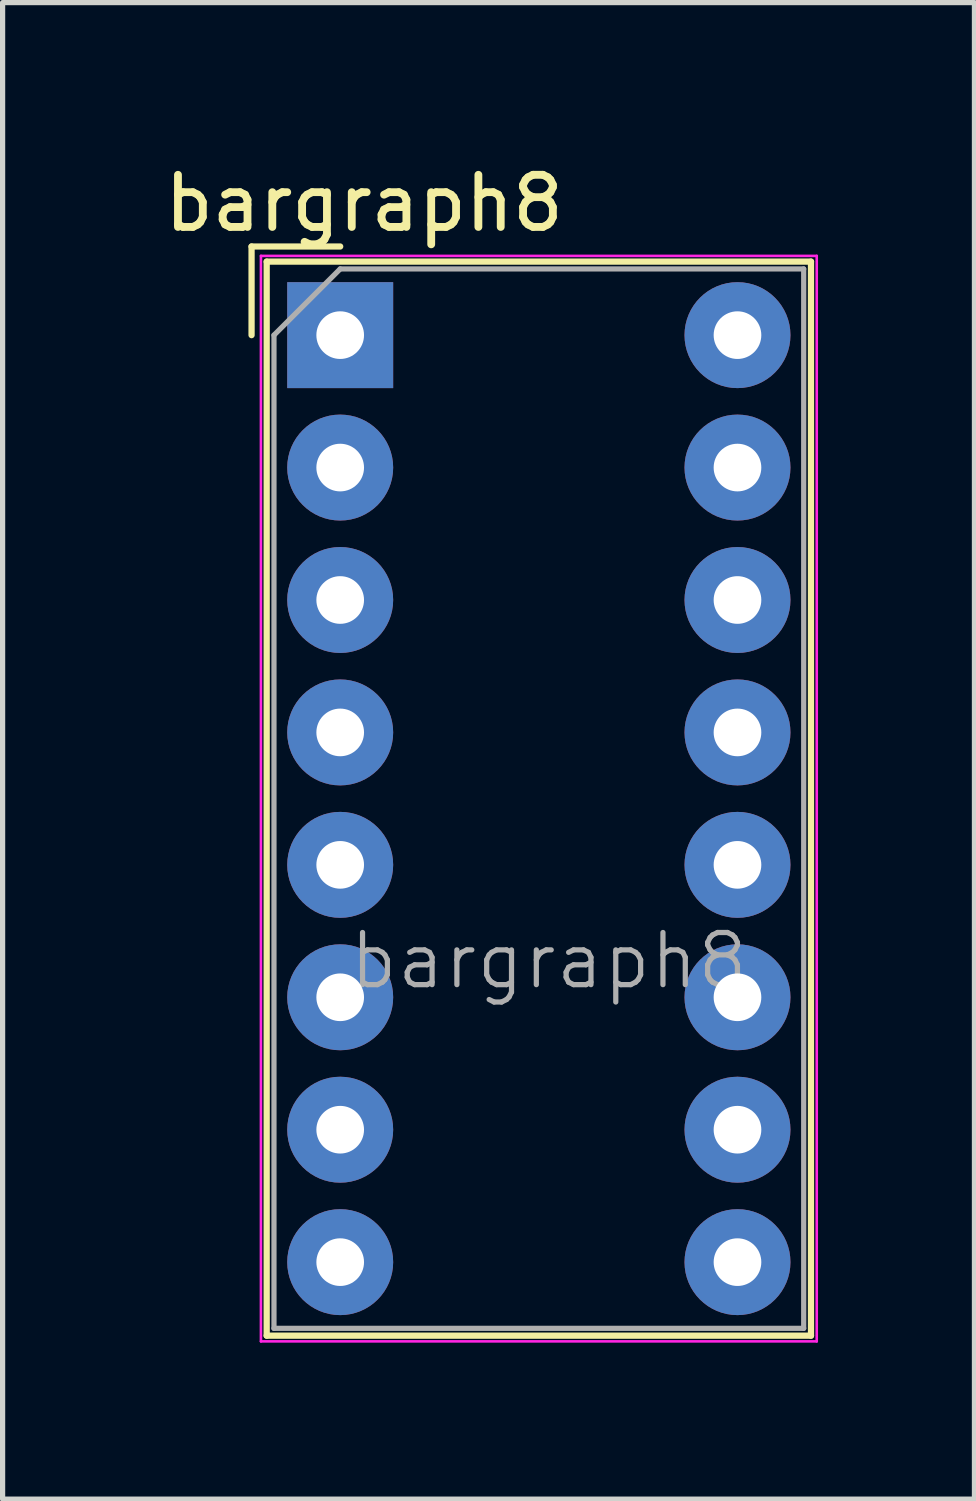
<source format=kicad_pcb>
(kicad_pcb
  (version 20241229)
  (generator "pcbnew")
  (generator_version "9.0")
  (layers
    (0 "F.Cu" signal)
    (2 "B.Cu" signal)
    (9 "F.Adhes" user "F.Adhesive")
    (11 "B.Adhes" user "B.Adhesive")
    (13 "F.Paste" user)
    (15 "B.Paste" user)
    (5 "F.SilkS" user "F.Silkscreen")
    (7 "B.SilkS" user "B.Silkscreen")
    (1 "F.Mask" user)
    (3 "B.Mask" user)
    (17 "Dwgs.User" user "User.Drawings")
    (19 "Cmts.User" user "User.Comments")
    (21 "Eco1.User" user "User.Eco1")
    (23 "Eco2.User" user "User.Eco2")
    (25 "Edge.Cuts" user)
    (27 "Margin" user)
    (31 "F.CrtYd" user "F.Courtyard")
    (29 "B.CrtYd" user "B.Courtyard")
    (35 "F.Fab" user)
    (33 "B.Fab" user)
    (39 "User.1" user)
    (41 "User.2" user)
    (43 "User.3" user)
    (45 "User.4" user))
  (footprint "bargraph8"
    (layer "F.Cu")
    (at 3.475 3.378)
    (property "Reference" "bargraph8" (at 0.46 -2.53 0) (layer "F.SilkS") (effects (font (size 1 1) (thickness 0.15))))
    (attr through_hole)
    (fp_line (start -1.7 -1.7) (end -1.7 0) (stroke (width 0.12) (type solid)) (layer "F.SilkS"))
    (fp_line (start -1.41 -1.41) (end 9.03 -1.41) (stroke (width 0.12) (type solid)) (layer "F.SilkS"))
    (fp_line (start -1.41 19.19) (end -1.41 -1.41) (stroke (width 0.12) (type solid)) (layer "F.SilkS"))
    (fp_line (start 0 -1.7) (end -1.7 -1.7) (stroke (width 0.12) (type solid)) (layer "F.SilkS"))
    (fp_line (start 9.03 -1.41) (end 9.03 19.19) (stroke (width 0.12) (type solid)) (layer "F.SilkS"))
    (fp_line (start 9.03 19.19) (end -1.41 19.19) (stroke (width 0.12) (type solid)) (layer "F.SilkS"))
    (fp_line (start -1.52 -1.52) (end -1.52 19.3) (stroke (width 0.05) (type solid)) (layer "F.CrtYd"))
    (fp_line (start -1.52 -1.52) (end 9.14 -1.52) (stroke (width 0.05) (type solid)) (layer "F.CrtYd"))
    (fp_line (start -1.52 19.3) (end 9.14 19.3) (stroke (width 0.05) (type solid)) (layer "F.CrtYd"))
    (fp_line (start 9.14 19.3) (end 9.14 -1.52) (stroke (width 0.05) (type solid)) (layer "F.CrtYd"))
    (fp_line (start -1.27 0) (end -1.27 19.05) (stroke (width 0.1) (type solid)) (layer "F.Fab"))
    (fp_line (start -1.27 19.05) (end 8.89 19.05) (stroke (width 0.1) (type solid)) (layer "F.Fab"))
    (fp_line (start 0 -1.27) (end -1.27 0) (stroke (width 0.1) (type solid)) (layer "F.Fab"))
    (fp_line (start 0 -1.27) (end 8.89 -1.27) (stroke (width 0.1) (type solid)) (layer "F.Fab"))
    (fp_line (start 8.89 -1.27) (end 8.89 19.05) (stroke (width 0.1) (type solid)) (layer "F.Fab"))
    (fp_text user "${REFERENCE}" (at 4 12 0) (layer "F.Fab") (effects (font (size 1 1) (thickness 0.1))))
    (pad "1" thru_hole rect (at 0 0 270) (size 2.032 2.032) (drill 0.914) (layers "*.Cu" "*.Mask"))
    (pad "2" thru_hole circle (at 0 2.54 270) (size 2.032 2.032) (drill 0.914) (layers "*.Cu" "*.Mask"))
    (pad "3" thru_hole circle (at 0 5.08 270) (size 2.032 2.032) (drill 0.914) (layers "*.Cu" "*.Mask"))
    (pad "4" thru_hole circle (at 0 7.62 270) (size 2.032 2.032) (drill 0.914) (layers "*.Cu" "*.Mask"))
    (pad "5" thru_hole circle (at 0 10.16 270) (size 2.032 2.032) (drill 0.914) (layers "*.Cu" "*.Mask"))
    (pad "6" thru_hole circle (at 0 12.7 270) (size 2.032 2.032) (drill 0.914) (layers "*.Cu" "*.Mask"))
    (pad "7" thru_hole circle (at 0 15.24 270) (size 2.032 2.032) (drill 0.914) (layers "*.Cu" "*.Mask"))
    (pad "8" thru_hole circle (at 0 17.78 270) (size 2.032 2.032) (drill 0.914) (layers "*.Cu" "*.Mask"))
    (pad "9" thru_hole circle (at 7.62 17.78 270) (size 2.032 2.032) (drill 0.914) (layers "*.Cu" "*.Mask"))
    (pad "10" thru_hole circle (at 7.62 15.24 270) (size 2.032 2.032) (drill 0.914) (layers "*.Cu" "*.Mask"))
    (pad "11" thru_hole circle (at 7.62 12.7 270) (size 2.032 2.032) (drill 0.914) (layers "*.Cu" "*.Mask"))
    (pad "12" thru_hole circle (at 7.62 10.16 270) (size 2.032 2.032) (drill 0.914) (layers "*.Cu" "*.Mask"))
    (pad "13" thru_hole circle (at 7.62 7.62 270) (size 2.032 2.032) (drill 0.914) (layers "*.Cu" "*.Mask"))
    (pad "14" thru_hole circle (at 7.62 5.08 270) (size 2.032 2.032) (drill 0.914) (layers "*.Cu" "*.Mask"))
    (pad "15" thru_hole circle (at 7.62 2.54 270) (size 2.032 2.032) (drill 0.914) (layers "*.Cu" "*.Mask"))
    (pad "16" thru_hole circle (at 7.62 0 270) (size 2.032 2.032) (drill 0.914) (layers "*.Cu" "*.Mask")))
  (gr_rect
    (start -3 -3)
    (end 15.64 25.703)
    (stroke (width 0.1) (type default))
    (fill no)
    (layer "Edge.Cuts")))
</source>
